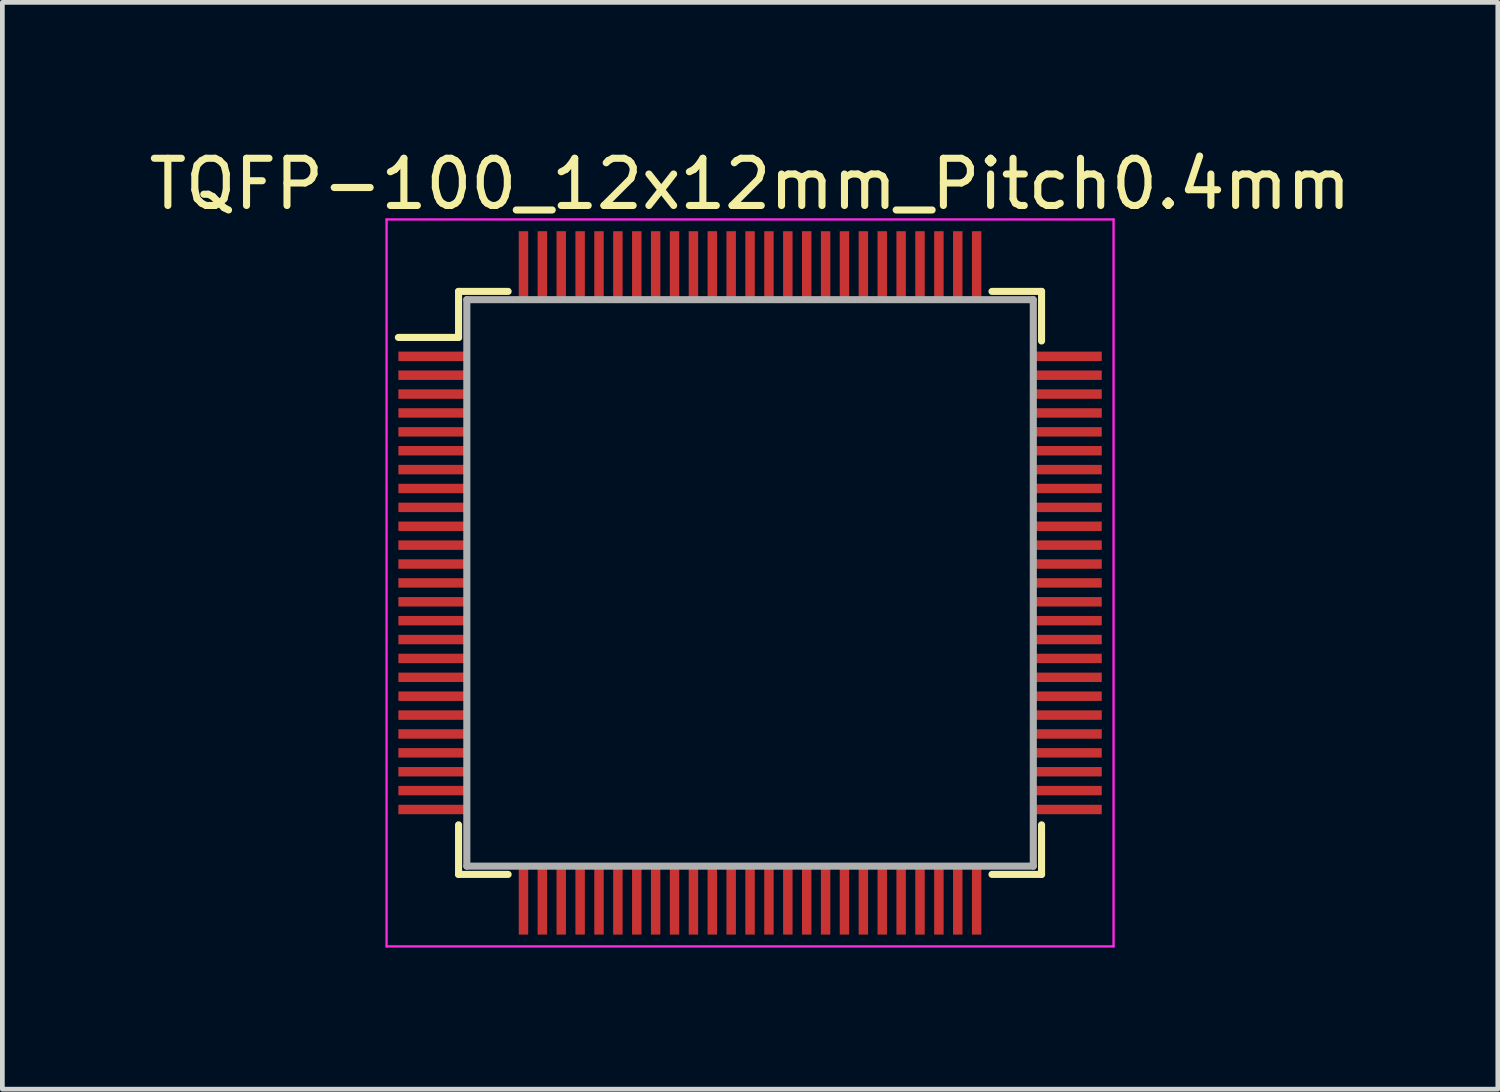
<source format=kicad_pcb>
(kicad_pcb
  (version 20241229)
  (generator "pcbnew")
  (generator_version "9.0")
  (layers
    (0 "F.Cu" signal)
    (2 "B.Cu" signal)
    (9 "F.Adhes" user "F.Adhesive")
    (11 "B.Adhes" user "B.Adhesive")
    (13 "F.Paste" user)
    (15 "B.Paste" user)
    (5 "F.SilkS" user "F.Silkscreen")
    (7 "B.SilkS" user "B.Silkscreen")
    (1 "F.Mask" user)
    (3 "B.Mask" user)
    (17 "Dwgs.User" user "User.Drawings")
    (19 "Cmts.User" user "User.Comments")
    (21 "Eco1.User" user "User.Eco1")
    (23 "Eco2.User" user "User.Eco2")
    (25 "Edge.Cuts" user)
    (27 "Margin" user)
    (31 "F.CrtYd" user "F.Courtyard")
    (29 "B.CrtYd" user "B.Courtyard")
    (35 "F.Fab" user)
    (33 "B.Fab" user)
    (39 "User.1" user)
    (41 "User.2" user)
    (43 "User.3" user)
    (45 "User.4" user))
  (footprint "TQFP-100_12x12mm_Pitch0.4mm"
    (layer "F.Cu")
    (at 12.839 9.298)
    (property "Reference" "TQFP-100_12x12mm_Pitch0.4mm" (at 0 -8.45 0) (layer "F.SilkS") (effects (font (size 1 1) (thickness 0.15))))
    (attr smd)
    (fp_line (start -6.175 -6.175) (end -6.175 -5.2) (stroke (width 0.15) (type solid)) (layer "F.SilkS"))
    (fp_line (start -6.175 -6.175) (end -5.125 -6.175) (stroke (width 0.15) (type solid)) (layer "F.SilkS"))
    (fp_line (start -6.175 -5.2) (end -7.45 -5.2) (stroke (width 0.15) (type solid)) (layer "F.SilkS"))
    (fp_line (start -6.175 6.175) (end -6.175 5.125) (stroke (width 0.15) (type solid)) (layer "F.SilkS"))
    (fp_line (start -6.175 6.175) (end -5.125 6.175) (stroke (width 0.15) (type solid)) (layer "F.SilkS"))
    (fp_line (start 6.175 -6.175) (end 5.125 -6.175) (stroke (width 0.15) (type solid)) (layer "F.SilkS"))
    (fp_line (start 6.175 -6.175) (end 6.175 -5.125) (stroke (width 0.15) (type solid)) (layer "F.SilkS"))
    (fp_line (start 6.175 6.175) (end 5.125 6.175) (stroke (width 0.15) (type solid)) (layer "F.SilkS"))
    (fp_line (start 6.175 6.175) (end 6.175 5.125) (stroke (width 0.15) (type solid)) (layer "F.SilkS"))
    (fp_line (start -7.7 -7.7) (end -7.7 7.7) (stroke (width 0.05) (type solid)) (layer "F.CrtYd"))
    (fp_line (start -7.7 -7.7) (end 7.7 -7.7) (stroke (width 0.05) (type solid)) (layer "F.CrtYd"))
    (fp_line (start -7.7 7.7) (end 7.7 7.7) (stroke (width 0.05) (type solid)) (layer "F.CrtYd"))
    (fp_line (start 7.7 -7.7) (end 7.7 7.7) (stroke (width 0.05) (type solid)) (layer "F.CrtYd"))
    (fp_line (start -6 -6) (end 6 -6) (stroke (width 0.15) (type solid)) (layer "F.Fab"))
    (fp_line (start -6 6) (end -6 -6) (stroke (width 0.15) (type solid)) (layer "F.Fab"))
    (fp_line (start 6 -6) (end 6 6) (stroke (width 0.15) (type solid)) (layer "F.Fab"))
    (fp_line (start 6 6) (end -6 6) (stroke (width 0.15) (type solid)) (layer "F.Fab"))
    (pad "1" smd rect (at -6.7 -4.8) (size 1.5 0.2) (layers "F.Cu" "F.Mask" "F.Paste"))
    (pad "2" smd rect (at -6.7 -4.4) (size 1.5 0.2) (layers "F.Cu" "F.Mask" "F.Paste"))
    (pad "3" smd rect (at -6.7 -4) (size 1.5 0.2) (layers "F.Cu" "F.Mask" "F.Paste"))
    (pad "4" smd rect (at -6.7 -3.6) (size 1.5 0.2) (layers "F.Cu" "F.Mask" "F.Paste"))
    (pad "5" smd rect (at -6.7 -3.2) (size 1.5 0.2) (layers "F.Cu" "F.Mask" "F.Paste"))
    (pad "6" smd rect (at -6.7 -2.8) (size 1.5 0.2) (layers "F.Cu" "F.Mask" "F.Paste"))
    (pad "7" smd rect (at -6.7 -2.4) (size 1.5 0.2) (layers "F.Cu" "F.Mask" "F.Paste"))
    (pad "8" smd rect (at -6.7 -2) (size 1.5 0.2) (layers "F.Cu" "F.Mask" "F.Paste"))
    (pad "9" smd rect (at -6.7 -1.6) (size 1.5 0.2) (layers "F.Cu" "F.Mask" "F.Paste"))
    (pad "10" smd rect (at -6.7 -1.2) (size 1.5 0.2) (layers "F.Cu" "F.Mask" "F.Paste"))
    (pad "11" smd rect (at -6.7 -0.8) (size 1.5 0.2) (layers "F.Cu" "F.Mask" "F.Paste"))
    (pad "12" smd rect (at -6.7 -0.4) (size 1.5 0.2) (layers "F.Cu" "F.Mask" "F.Paste"))
    (pad "13" smd rect (at -6.7 0) (size 1.5 0.2) (layers "F.Cu" "F.Mask" "F.Paste"))
    (pad "14" smd rect (at -6.7 0.4) (size 1.5 0.2) (layers "F.Cu" "F.Mask" "F.Paste"))
    (pad "15" smd rect (at -6.7 0.8) (size 1.5 0.2) (layers "F.Cu" "F.Mask" "F.Paste"))
    (pad "16" smd rect (at -6.7 1.2) (size 1.5 0.2) (layers "F.Cu" "F.Mask" "F.Paste"))
    (pad "17" smd rect (at -6.7 1.6) (size 1.5 0.2) (layers "F.Cu" "F.Mask" "F.Paste"))
    (pad "18" smd rect (at -6.7 2) (size 1.5 0.2) (layers "F.Cu" "F.Mask" "F.Paste"))
    (pad "19" smd rect (at -6.7 2.4) (size 1.5 0.2) (layers "F.Cu" "F.Mask" "F.Paste"))
    (pad "20" smd rect (at -6.7 2.8) (size 1.5 0.2) (layers "F.Cu" "F.Mask" "F.Paste"))
    (pad "21" smd rect (at -6.7 3.2) (size 1.5 0.2) (layers "F.Cu" "F.Mask" "F.Paste"))
    (pad "22" smd rect (at -6.7 3.6) (size 1.5 0.2) (layers "F.Cu" "F.Mask" "F.Paste"))
    (pad "23" smd rect (at -6.7 4) (size 1.5 0.2) (layers "F.Cu" "F.Mask" "F.Paste"))
    (pad "24" smd rect (at -6.7 4.4) (size 1.5 0.2) (layers "F.Cu" "F.Mask" "F.Paste"))
    (pad "25" smd rect (at -6.7 4.8) (size 1.5 0.2) (layers "F.Cu" "F.Mask" "F.Paste"))
    (pad "26" smd rect (at -4.8 6.7 90) (size 1.5 0.2) (layers "F.Cu" "F.Mask" "F.Paste"))
    (pad "27" smd rect (at -4.4 6.7 90) (size 1.5 0.2) (layers "F.Cu" "F.Mask" "F.Paste"))
    (pad "28" smd rect (at -4 6.7 90) (size 1.5 0.2) (layers "F.Cu" "F.Mask" "F.Paste"))
    (pad "29" smd rect (at -3.6 6.7 90) (size 1.5 0.2) (layers "F.Cu" "F.Mask" "F.Paste"))
    (pad "30" smd rect (at -3.2 6.7 90) (size 1.5 0.2) (layers "F.Cu" "F.Mask" "F.Paste"))
    (pad "31" smd rect (at -2.8 6.7 90) (size 1.5 0.2) (layers "F.Cu" "F.Mask" "F.Paste"))
    (pad "32" smd rect (at -2.4 6.7 90) (size 1.5 0.2) (layers "F.Cu" "F.Mask" "F.Paste"))
    (pad "33" smd rect (at -2 6.7 90) (size 1.5 0.2) (layers "F.Cu" "F.Mask" "F.Paste"))
    (pad "34" smd rect (at -1.6 6.7 90) (size 1.5 0.2) (layers "F.Cu" "F.Mask" "F.Paste"))
    (pad "35" smd rect (at -1.2 6.7 90) (size 1.5 0.2) (layers "F.Cu" "F.Mask" "F.Paste"))
    (pad "36" smd rect (at -0.8 6.7 90) (size 1.5 0.2) (layers "F.Cu" "F.Mask" "F.Paste"))
    (pad "37" smd rect (at -0.4 6.7 90) (size 1.5 0.2) (layers "F.Cu" "F.Mask" "F.Paste"))
    (pad "38" smd rect (at 0 6.7 90) (size 1.5 0.2) (layers "F.Cu" "F.Mask" "F.Paste"))
    (pad "39" smd rect (at 0.4 6.7 90) (size 1.5 0.2) (layers "F.Cu" "F.Mask" "F.Paste"))
    (pad "40" smd rect (at 0.8 6.7 90) (size 1.5 0.2) (layers "F.Cu" "F.Mask" "F.Paste"))
    (pad "41" smd rect (at 1.2 6.7 90) (size 1.5 0.2) (layers "F.Cu" "F.Mask" "F.Paste"))
    (pad "42" smd rect (at 1.6 6.7 90) (size 1.5 0.2) (layers "F.Cu" "F.Mask" "F.Paste"))
    (pad "43" smd rect (at 2 6.7 90) (size 1.5 0.2) (layers "F.Cu" "F.Mask" "F.Paste"))
    (pad "44" smd rect (at 2.4 6.7 90) (size 1.5 0.2) (layers "F.Cu" "F.Mask" "F.Paste"))
    (pad "45" smd rect (at 2.8 6.7 90) (size 1.5 0.2) (layers "F.Cu" "F.Mask" "F.Paste"))
    (pad "46" smd rect (at 3.2 6.7 90) (size 1.5 0.2) (layers "F.Cu" "F.Mask" "F.Paste"))
    (pad "47" smd rect (at 3.6 6.7 90) (size 1.5 0.2) (layers "F.Cu" "F.Mask" "F.Paste"))
    (pad "48" smd rect (at 4 6.7 90) (size 1.5 0.2) (layers "F.Cu" "F.Mask" "F.Paste"))
    (pad "49" smd rect (at 4.4 6.7 90) (size 1.5 0.2) (layers "F.Cu" "F.Mask" "F.Paste"))
    (pad "50" smd rect (at 4.8 6.7 90) (size 1.5 0.2) (layers "F.Cu" "F.Mask" "F.Paste"))
    (pad "51" smd rect (at 6.7 4.8) (size 1.5 0.2) (layers "F.Cu" "F.Mask" "F.Paste"))
    (pad "52" smd rect (at 6.7 4.4) (size 1.5 0.2) (layers "F.Cu" "F.Mask" "F.Paste"))
    (pad "53" smd rect (at 6.7 4) (size 1.5 0.2) (layers "F.Cu" "F.Mask" "F.Paste"))
    (pad "54" smd rect (at 6.7 3.6) (size 1.5 0.2) (layers "F.Cu" "F.Mask" "F.Paste"))
    (pad "55" smd rect (at 6.7 3.2) (size 1.5 0.2) (layers "F.Cu" "F.Mask" "F.Paste"))
    (pad "56" smd rect (at 6.7 2.8) (size 1.5 0.2) (layers "F.Cu" "F.Mask" "F.Paste"))
    (pad "57" smd rect (at 6.7 2.4) (size 1.5 0.2) (layers "F.Cu" "F.Mask" "F.Paste"))
    (pad "58" smd rect (at 6.7 2) (size 1.5 0.2) (layers "F.Cu" "F.Mask" "F.Paste"))
    (pad "59" smd rect (at 6.7 1.6) (size 1.5 0.2) (layers "F.Cu" "F.Mask" "F.Paste"))
    (pad "60" smd rect (at 6.7 1.2) (size 1.5 0.2) (layers "F.Cu" "F.Mask" "F.Paste"))
    (pad "61" smd rect (at 6.7 0.8) (size 1.5 0.2) (layers "F.Cu" "F.Mask" "F.Paste"))
    (pad "62" smd rect (at 6.7 0.4) (size 1.5 0.2) (layers "F.Cu" "F.Mask" "F.Paste"))
    (pad "63" smd rect (at 6.7 0) (size 1.5 0.2) (layers "F.Cu" "F.Mask" "F.Paste"))
    (pad "64" smd rect (at 6.7 -0.4) (size 1.5 0.2) (layers "F.Cu" "F.Mask" "F.Paste"))
    (pad "65" smd rect (at 6.7 -0.8) (size 1.5 0.2) (layers "F.Cu" "F.Mask" "F.Paste"))
    (pad "66" smd rect (at 6.7 -1.2) (size 1.5 0.2) (layers "F.Cu" "F.Mask" "F.Paste"))
    (pad "67" smd rect (at 6.7 -1.6) (size 1.5 0.2) (layers "F.Cu" "F.Mask" "F.Paste"))
    (pad "68" smd rect (at 6.7 -2) (size 1.5 0.2) (layers "F.Cu" "F.Mask" "F.Paste"))
    (pad "69" smd rect (at 6.7 -2.4) (size 1.5 0.2) (layers "F.Cu" "F.Mask" "F.Paste"))
    (pad "70" smd rect (at 6.7 -2.8) (size 1.5 0.2) (layers "F.Cu" "F.Mask" "F.Paste"))
    (pad "71" smd rect (at 6.7 -3.2) (size 1.5 0.2) (layers "F.Cu" "F.Mask" "F.Paste"))
    (pad "72" smd rect (at 6.7 -3.6) (size 1.5 0.2) (layers "F.Cu" "F.Mask" "F.Paste"))
    (pad "73" smd rect (at 6.7 -4) (size 1.5 0.2) (layers "F.Cu" "F.Mask" "F.Paste"))
    (pad "74" smd rect (at 6.7 -4.4) (size 1.5 0.2) (layers "F.Cu" "F.Mask" "F.Paste"))
    (pad "75" smd rect (at 6.7 -4.8) (size 1.5 0.2) (layers "F.Cu" "F.Mask" "F.Paste"))
    (pad "76" smd rect (at 4.8 -6.7 90) (size 1.5 0.2) (layers "F.Cu" "F.Mask" "F.Paste"))
    (pad "77" smd rect (at 4.4 -6.7 90) (size 1.5 0.2) (layers "F.Cu" "F.Mask" "F.Paste"))
    (pad "78" smd rect (at 4 -6.7 90) (size 1.5 0.2) (layers "F.Cu" "F.Mask" "F.Paste"))
    (pad "79" smd rect (at 3.6 -6.7 90) (size 1.5 0.2) (layers "F.Cu" "F.Mask" "F.Paste"))
    (pad "80" smd rect (at 3.2 -6.7 90) (size 1.5 0.2) (layers "F.Cu" "F.Mask" "F.Paste"))
    (pad "81" smd rect (at 2.8 -6.7 90) (size 1.5 0.2) (layers "F.Cu" "F.Mask" "F.Paste"))
    (pad "82" smd rect (at 2.4 -6.7 90) (size 1.5 0.2) (layers "F.Cu" "F.Mask" "F.Paste"))
    (pad "83" smd rect (at 2 -6.7 90) (size 1.5 0.2) (layers "F.Cu" "F.Mask" "F.Paste"))
    (pad "84" smd rect (at 1.6 -6.7 90) (size 1.5 0.2) (layers "F.Cu" "F.Mask" "F.Paste"))
    (pad "85" smd rect (at 1.2 -6.7 90) (size 1.5 0.2) (layers "F.Cu" "F.Mask" "F.Paste"))
    (pad "86" smd rect (at 0.8 -6.7 90) (size 1.5 0.2) (layers "F.Cu" "F.Mask" "F.Paste"))
    (pad "87" smd rect (at 0.4 -6.7 90) (size 1.5 0.2) (layers "F.Cu" "F.Mask" "F.Paste"))
    (pad "88" smd rect (at 0 -6.7 90) (size 1.5 0.2) (layers "F.Cu" "F.Mask" "F.Paste"))
    (pad "89" smd rect (at -0.4 -6.7 90) (size 1.5 0.2) (layers "F.Cu" "F.Mask" "F.Paste"))
    (pad "90" smd rect (at -0.8 -6.7 90) (size 1.5 0.2) (layers "F.Cu" "F.Mask" "F.Paste"))
    (pad "91" smd rect (at -1.2 -6.7 90) (size 1.5 0.2) (layers "F.Cu" "F.Mask" "F.Paste"))
    (pad "92" smd rect (at -1.6 -6.7 90) (size 1.5 0.2) (layers "F.Cu" "F.Mask" "F.Paste"))
    (pad "93" smd rect (at -2 -6.7 90) (size 1.5 0.2) (layers "F.Cu" "F.Mask" "F.Paste"))
    (pad "94" smd rect (at -2.4 -6.7 90) (size 1.5 0.2) (layers "F.Cu" "F.Mask" "F.Paste"))
    (pad "95" smd rect (at -2.8 -6.7 90) (size 1.5 0.2) (layers "F.Cu" "F.Mask" "F.Paste"))
    (pad "96" smd rect (at -3.2 -6.7 90) (size 1.5 0.2) (layers "F.Cu" "F.Mask" "F.Paste"))
    (pad "97" smd rect (at -3.6 -6.7 90) (size 1.5 0.2) (layers "F.Cu" "F.Mask" "F.Paste"))
    (pad "98" smd rect (at -4 -6.7 90) (size 1.5 0.2) (layers "F.Cu" "F.Mask" "F.Paste"))
    (pad "99" smd rect (at -4.4 -6.7 90) (size 1.5 0.2) (layers "F.Cu" "F.Mask" "F.Paste"))
    (pad "100" smd rect (at -4.8 -6.7 90) (size 1.5 0.2) (layers "F.Cu" "F.Mask" "F.Paste")))
  (gr_rect
    (start -3 -3)
    (end 28.679 20.023)
    (stroke (width 0.1) (type default))
    (fill no)
    (layer "Edge.Cuts")))
</source>
